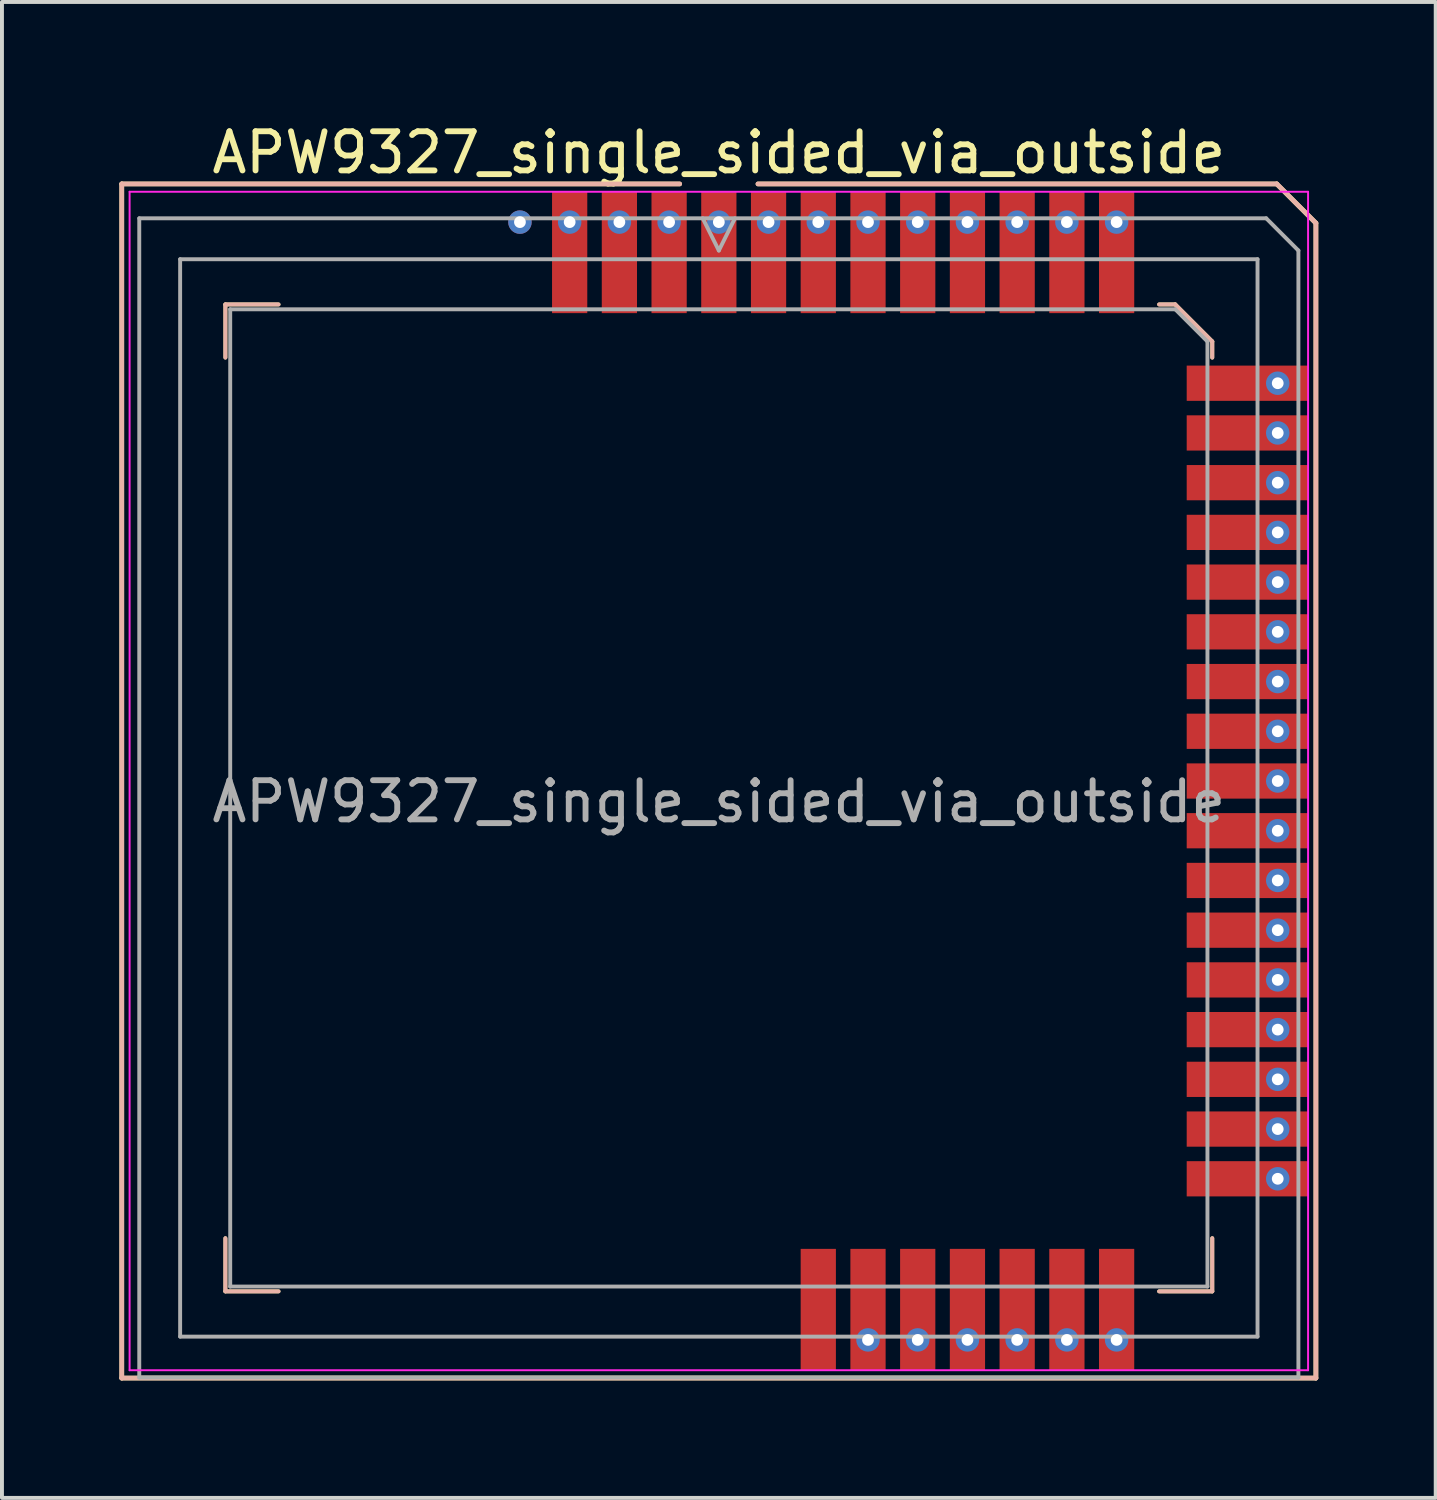
<source format=kicad_pcb>
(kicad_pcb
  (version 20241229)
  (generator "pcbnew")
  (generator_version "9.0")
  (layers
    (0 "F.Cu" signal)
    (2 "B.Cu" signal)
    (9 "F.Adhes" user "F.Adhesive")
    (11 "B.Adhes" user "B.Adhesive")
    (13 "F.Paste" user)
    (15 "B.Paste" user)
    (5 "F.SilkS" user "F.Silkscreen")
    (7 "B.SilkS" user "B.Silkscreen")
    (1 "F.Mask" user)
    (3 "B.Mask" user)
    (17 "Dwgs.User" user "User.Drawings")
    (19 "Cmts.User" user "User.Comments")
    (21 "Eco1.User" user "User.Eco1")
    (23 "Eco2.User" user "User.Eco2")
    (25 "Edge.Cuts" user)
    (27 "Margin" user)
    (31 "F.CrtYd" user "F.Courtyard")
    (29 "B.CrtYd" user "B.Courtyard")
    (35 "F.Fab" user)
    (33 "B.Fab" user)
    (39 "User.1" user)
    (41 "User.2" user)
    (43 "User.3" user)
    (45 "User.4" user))
  (footprint "APW9327_single_sided_via_outside"
    (layer "F.Cu")
    (at 15.31 16.898)
    (property "Reference" "APW9327_single_sided_via_outside" (at 0 -16.05 180) (layer "F.SilkS") (effects (font (size 1 1) (thickness 0.15))))
    (attr smd)
    (fp_line (start -15.25 -15.25) (end -1 -15.25) (stroke (width 0.12) (type solid)) (layer "F.SilkS"))
    (fp_line (start -15.25 15.25) (end -15.25 -15.25) (stroke (width 0.12) (type solid)) (layer "F.SilkS"))
    (fp_line (start -12.603 -12.172) (end -12.603 -10.815) (stroke (width 0.1) (type solid)) (layer "F.SilkS"))
    (fp_line (start -12.603 13.035) (end -12.603 11.678) (stroke (width 0.1) (type solid)) (layer "F.SilkS"))
    (fp_line (start -11.246 -12.172) (end -12.603 -12.172) (stroke (width 0.1) (type solid)) (layer "F.SilkS"))
    (fp_line (start -11.246 13.035) (end -12.603 13.035) (stroke (width 0.1) (type solid)) (layer "F.SilkS"))
    (fp_line (start 1 -15.25) (end 14.25 -15.25) (stroke (width 0.12) (type solid)) (layer "F.SilkS"))
    (fp_line (start 11.246 -12.172) (end 11.658 -12.172) (stroke (width 0.1) (type solid)) (layer "F.SilkS"))
    (fp_line (start 11.246 13.035) (end 12.603 13.035) (stroke (width 0.1) (type solid)) (layer "F.SilkS"))
    (fp_line (start 11.658 -12.172) (end 12.603 -11.226) (stroke (width 0.1) (type solid)) (layer "F.SilkS"))
    (fp_line (start 12.603 -11.226) (end 12.603 -10.815) (stroke (width 0.1) (type solid)) (layer "F.SilkS"))
    (fp_line (start 12.603 13.035) (end 12.603 11.678) (stroke (width 0.1) (type solid)) (layer "F.SilkS"))
    (fp_line (start 14.25 -15.25) (end 15.25 -14.25) (stroke (width 0.12) (type solid)) (layer "F.SilkS"))
    (fp_line (start 15.25 -14.25) (end 15.25 15.25) (stroke (width 0.12) (type solid)) (layer "F.SilkS"))
    (fp_line (start 15.25 15.25) (end -15.25 15.25) (stroke (width 0.12) (type solid)) (layer "F.SilkS"))
    (fp_line (start -15.25 -15.25) (end -1 -15.25) (stroke (width 0.12) (type solid)) (layer "B.SilkS"))
    (fp_line (start -15.25 15.25) (end -15.25 -15.25) (stroke (width 0.12) (type solid)) (layer "B.SilkS"))
    (fp_line (start -12.603 -12.172) (end -12.603 -10.815) (stroke (width 0.1) (type solid)) (layer "B.SilkS"))
    (fp_line (start -12.603 13.035) (end -12.603 11.678) (stroke (width 0.1) (type solid)) (layer "B.SilkS"))
    (fp_line (start -11.246 -12.172) (end -12.603 -12.172) (stroke (width 0.1) (type solid)) (layer "B.SilkS"))
    (fp_line (start -11.246 13.035) (end -12.603 13.035) (stroke (width 0.1) (type solid)) (layer "B.SilkS"))
    (fp_line (start 1 -15.25) (end 14.25 -15.25) (stroke (width 0.12) (type solid)) (layer "B.SilkS"))
    (fp_line (start 11.246 -12.172) (end 11.658 -12.172) (stroke (width 0.1) (type solid)) (layer "B.SilkS"))
    (fp_line (start 11.246 13.035) (end 12.603 13.035) (stroke (width 0.1) (type solid)) (layer "B.SilkS"))
    (fp_line (start 11.658 -12.172) (end 12.603 -11.226) (stroke (width 0.1) (type solid)) (layer "B.SilkS"))
    (fp_line (start 12.603 -11.226) (end 12.603 -10.815) (stroke (width 0.1) (type solid)) (layer "B.SilkS"))
    (fp_line (start 12.603 13.035) (end 12.603 11.678) (stroke (width 0.1) (type solid)) (layer "B.SilkS"))
    (fp_line (start 14.25 -15.25) (end 15.25 -14.25) (stroke (width 0.12) (type solid)) (layer "B.SilkS"))
    (fp_line (start 15.25 -14.25) (end 15.25 15.25) (stroke (width 0.12) (type solid)) (layer "B.SilkS"))
    (fp_line (start 15.25 15.25) (end -15.25 15.25) (stroke (width 0.12) (type solid)) (layer "B.SilkS"))
    (fp_line (start -15.05 -15.05) (end 15.05 -15.05) (stroke (width 0.05) (type solid)) (layer "F.CrtYd"))
    (fp_line (start -15.05 15.05) (end -15.05 -15.05) (stroke (width 0.05) (type solid)) (layer "F.CrtYd"))
    (fp_line (start 15.05 -15.05) (end 15.05 15.05) (stroke (width 0.05) (type solid)) (layer "F.CrtYd"))
    (fp_line (start 15.05 15.05) (end -15.05 15.05) (stroke (width 0.05) (type solid)) (layer "F.CrtYd"))
    (fp_line (start -14.803 -14.372) (end 13.981 -14.372) (stroke (width 0.1) (type solid)) (layer "F.Fab"))
    (fp_line (start -14.803 15.235) (end -14.803 -14.372) (stroke (width 0.1) (type solid)) (layer "F.Fab"))
    (fp_line (start -13.759 -13.327) (end 13.759 -13.327) (stroke (width 0.1) (type solid)) (layer "F.Fab"))
    (fp_line (start -13.759 14.191) (end -13.759 -13.327) (stroke (width 0.1) (type solid)) (layer "F.Fab"))
    (fp_line (start -12.48 -12.048) (end 11.658 -12.048) (stroke (width 0.1) (type solid)) (layer "F.Fab"))
    (fp_line (start -12.48 12.912) (end -12.48 -12.048) (stroke (width 0.1) (type solid)) (layer "F.Fab"))
    (fp_line (start 0 -13.549) (end -0.411 -14.372) (stroke (width 0.1) (type solid)) (layer "F.Fab"))
    (fp_line (start 0.411 -14.372) (end 0 -13.549) (stroke (width 0.1) (type solid)) (layer "F.Fab"))
    (fp_line (start 11.658 -12.048) (end 12.48 -11.226) (stroke (width 0.1) (type solid)) (layer "F.Fab"))
    (fp_line (start 12.48 -11.226) (end 12.48 12.912) (stroke (width 0.1) (type solid)) (layer "F.Fab"))
    (fp_line (start 12.48 12.912) (end -12.48 12.912) (stroke (width 0.1) (type solid)) (layer "F.Fab"))
    (fp_line (start 13.759 -13.327) (end 13.759 14.191) (stroke (width 0.1) (type solid)) (layer "F.Fab"))
    (fp_line (start 13.759 14.191) (end -13.759 14.191) (stroke (width 0.1) (type solid)) (layer "F.Fab"))
    (fp_line (start 13.981 -14.372) (end 14.803 -13.549) (stroke (width 0.1) (type solid)) (layer "F.Fab"))
    (fp_line (start 14.803 -13.549) (end 14.803 15.235) (stroke (width 0.1) (type solid)) (layer "F.Fab"))
    (fp_line (start 14.803 15.235) (end -14.803 15.235) (stroke (width 0.1) (type solid)) (layer "F.Fab"))
    (fp_text user "${REFERENCE}" (at 0 0.525 180) (layer "F.Fab") (effects (font (size 1 1) (thickness 0.15))))
    (pad "" thru_hole circle (at -5.08 -14.275) (size 0.6 0.6) (drill 0.3) (layers "*.Cu" "*.Mask"))
    (pad "" thru_hole circle (at -3.81 -14.275) (size 0.6 0.6) (drill 0.3) (layers "*.Cu" "*.Mask"))
    (pad "" thru_hole circle (at -2.54 -14.275) (size 0.6 0.6) (drill 0.3) (layers "*.Cu" "*.Mask"))
    (pad "" thru_hole circle (at -1.27 -14.275) (size 0.6 0.6) (drill 0.3) (layers "*.Cu" "*.Mask"))
    (pad "" thru_hole circle (at 0 -14.275) (size 0.6 0.6) (drill 0.3) (layers "*.Cu" "*.Mask"))
    (pad "" thru_hole circle (at 1.27 -14.275) (size 0.6 0.6) (drill 0.3) (layers "*.Cu" "*.Mask"))
    (pad "" thru_hole circle (at 2.54 -14.275) (size 0.6 0.6) (drill 0.3) (layers "*.Cu" "*.Mask"))
    (pad "" thru_hole circle (at 3.81 -14.275) (size 0.6 0.6) (drill 0.3) (layers "*.Cu" "*.Mask"))
    (pad "" thru_hole circle (at 3.81 14.275) (size 0.6 0.6) (drill 0.3) (layers "*.Cu" "*.Mask"))
    (pad "" thru_hole circle (at 5.08 -14.275) (size 0.6 0.6) (drill 0.3) (layers "*.Cu" "*.Mask"))
    (pad "" thru_hole circle (at 5.08 14.275) (size 0.6 0.6) (drill 0.3) (layers "*.Cu" "*.Mask"))
    (pad "" thru_hole circle (at 6.35 -14.275) (size 0.6 0.6) (drill 0.3) (layers "*.Cu" "*.Mask"))
    (pad "" thru_hole circle (at 6.35 14.275) (size 0.6 0.6) (drill 0.3) (layers "*.Cu" "*.Mask"))
    (pad "" thru_hole circle (at 7.62 -14.275) (size 0.6 0.6) (drill 0.3) (layers "*.Cu" "*.Mask"))
    (pad "" thru_hole circle (at 7.62 14.275) (size 0.6 0.6) (drill 0.3) (layers "*.Cu" "*.Mask"))
    (pad "" thru_hole circle (at 8.89 -14.275) (size 0.6 0.6) (drill 0.3) (layers "*.Cu" "*.Mask"))
    (pad "" thru_hole circle (at 8.89 14.275) (size 0.6 0.6) (drill 0.3) (layers "*.Cu" "*.Mask"))
    (pad "" thru_hole circle (at 10.16 -14.275) (size 0.6 0.6) (drill 0.3) (layers "*.Cu" "*.Mask"))
    (pad "" thru_hole circle (at 10.16 14.275) (size 0.6 0.6) (drill 0.3) (layers "*.Cu" "*.Mask"))
    (pad "" thru_hole circle (at 14.275 -10.16) (size 0.6 0.6) (drill 0.3) (layers "*.Cu" "*.Mask"))
    (pad "" thru_hole circle (at 14.275 -8.89) (size 0.6 0.6) (drill 0.3) (layers "*.Cu" "*.Mask"))
    (pad "" thru_hole circle (at 14.275 -7.62) (size 0.6 0.6) (drill 0.3) (layers "*.Cu" "*.Mask"))
    (pad "" thru_hole circle (at 14.275 -6.35) (size 0.6 0.6) (drill 0.3) (layers "*.Cu" "*.Mask"))
    (pad "" thru_hole circle (at 14.275 -5.08) (size 0.6 0.6) (drill 0.3) (layers "*.Cu" "*.Mask"))
    (pad "" thru_hole circle (at 14.275 -3.81) (size 0.6 0.6) (drill 0.3) (layers "*.Cu" "*.Mask"))
    (pad "" thru_hole circle (at 14.275 -2.54) (size 0.6 0.6) (drill 0.3) (layers "*.Cu" "*.Mask"))
    (pad "" thru_hole circle (at 14.275 -1.27) (size 0.6 0.6) (drill 0.3) (layers "*.Cu" "*.Mask"))
    (pad "" thru_hole circle (at 14.275 0) (size 0.6 0.6) (drill 0.3) (layers "*.Cu" "*.Mask"))
    (pad "" thru_hole circle (at 14.275 1.27) (size 0.6 0.6) (drill 0.3) (layers "*.Cu" "*.Mask"))
    (pad "" thru_hole circle (at 14.275 2.54) (size 0.6 0.6) (drill 0.3) (layers "*.Cu" "*.Mask"))
    (pad "" thru_hole circle (at 14.275 3.81) (size 0.6 0.6) (drill 0.3) (layers "*.Cu" "*.Mask"))
    (pad "" thru_hole circle (at 14.275 5.08) (size 0.6 0.6) (drill 0.3) (layers "*.Cu" "*.Mask"))
    (pad "" thru_hole circle (at 14.275 6.35) (size 0.6 0.6) (drill 0.3) (layers "*.Cu" "*.Mask"))
    (pad "" thru_hole circle (at 14.275 7.62) (size 0.6 0.6) (drill 0.3) (layers "*.Cu" "*.Mask"))
    (pad "" thru_hole circle (at 14.275 8.89) (size 0.6 0.6) (drill 0.3) (layers "*.Cu" "*.Mask"))
    (pad "" thru_hole circle (at 14.275 10.16) (size 0.6 0.6) (drill 0.3) (layers "*.Cu" "*.Mask"))
    (pad "1" smd rect (at 0 -13.5) (size 0.9 3.1) (layers "F.Cu" "F.Mask" "F.Paste"))
    (pad "2" smd rect (at 1.27 -13.5) (size 0.9 3.1) (layers "F.Cu" "F.Mask" "F.Paste"))
    (pad "3" smd rect (at 2.54 -13.5) (size 0.9 3.1) (layers "F.Cu" "F.Mask" "F.Paste"))
    (pad "4" smd rect (at 3.81 -13.5) (size 0.9 3.1) (layers "F.Cu" "F.Mask" "F.Paste"))
    (pad "5" smd rect (at 5.08 -13.5) (size 0.9 3.1) (layers "F.Cu" "F.Mask" "F.Paste"))
    (pad "6" smd rect (at 6.35 -13.5) (size 0.9 3.1) (layers "F.Cu" "F.Mask" "F.Paste"))
    (pad "7" smd rect (at 7.62 -13.5) (size 0.9 3.1) (layers "F.Cu" "F.Mask" "F.Paste"))
    (pad "8" smd rect (at 8.89 -13.5) (size 0.9 3.1) (layers "F.Cu" "F.Mask" "F.Paste"))
    (pad "9" smd rect (at 10.16 -13.5) (size 0.9 3.1) (layers "F.Cu" "F.Mask" "F.Paste"))
    (pad "10" smd rect (at 13.5 -10.16) (size 3.1 0.9) (layers "F.Cu" "F.Mask" "F.Paste"))
    (pad "11" smd rect (at 13.5 -8.89) (size 3.1 0.9) (layers "F.Cu" "F.Mask" "F.Paste"))
    (pad "12" smd rect (at 13.5 -7.62) (size 3.1 0.9) (layers "F.Cu" "F.Mask" "F.Paste"))
    (pad "13" smd rect (at 13.5 -6.35) (size 3.1 0.9) (layers "F.Cu" "F.Mask" "F.Paste"))
    (pad "14" smd rect (at 13.5 -5.08) (size 3.1 0.9) (layers "F.Cu" "F.Mask" "F.Paste"))
    (pad "15" smd rect (at 13.5 -3.81) (size 3.1 0.9) (layers "F.Cu" "F.Mask" "F.Paste"))
    (pad "16" smd rect (at 13.5 -2.54) (size 3.1 0.9) (layers "F.Cu" "F.Mask" "F.Paste"))
    (pad "17" smd rect (at 13.5 -1.27) (size 3.1 0.9) (layers "F.Cu" "F.Mask" "F.Paste"))
    (pad "18" smd rect (at 13.5 0) (size 3.1 0.9) (layers "F.Cu" "F.Mask" "F.Paste"))
    (pad "19" smd rect (at 13.5 1.27) (size 3.1 0.9) (layers "F.Cu" "F.Mask" "F.Paste"))
    (pad "20" smd rect (at 13.5 2.54) (size 3.1 0.9) (layers "F.Cu" "F.Mask" "F.Paste"))
    (pad "21" smd rect (at 13.5 3.81) (size 3.1 0.9) (layers "F.Cu" "F.Mask" "F.Paste"))
    (pad "22" smd rect (at 13.5 5.08) (size 3.1 0.9) (layers "F.Cu" "F.Mask" "F.Paste"))
    (pad "23" smd rect (at 13.5 6.35) (size 3.1 0.9) (layers "F.Cu" "F.Mask" "F.Paste"))
    (pad "24" smd rect (at 13.5 7.62) (size 3.1 0.9) (layers "F.Cu" "F.Mask" "F.Paste"))
    (pad "25" smd rect (at 13.5 8.89) (size 3.1 0.9) (layers "F.Cu" "F.Mask" "F.Paste"))
    (pad "26" smd rect (at 13.5 10.16) (size 3.1 0.9) (layers "F.Cu" "F.Mask" "F.Paste"))
    (pad "27" smd rect (at 10.16 13.5) (size 0.9 3.1) (layers "F.Cu" "F.Mask" "F.Paste"))
    (pad "28" smd rect (at 8.89 13.5) (size 0.9 3.1) (layers "F.Cu" "F.Mask" "F.Paste"))
    (pad "29" smd rect (at 7.62 13.5) (size 0.9 3.1) (layers "F.Cu" "F.Mask" "F.Paste"))
    (pad "30" smd rect (at 6.35 13.5) (size 0.9 3.1) (layers "F.Cu" "F.Mask" "F.Paste"))
    (pad "31" smd rect (at 5.08 13.5) (size 0.9 3.1) (layers "F.Cu" "F.Mask" "F.Paste"))
    (pad "32" smd rect (at 3.81 13.5) (size 0.9 3.1) (layers "F.Cu" "F.Mask" "F.Paste"))
    (pad "33" smd rect (at 2.54 13.5) (size 0.9 3.1) (layers "F.Cu" "F.Mask" "F.Paste"))
    (pad "66" smd rect (at -3.81 -13.5) (size 0.9 3.1) (layers "F.Cu" "F.Mask" "F.Paste"))
    (pad "67" smd rect (at -2.54 -13.5) (size 0.9 3.1) (layers "F.Cu" "F.Mask" "F.Paste"))
    (pad "68" smd rect (at -1.27 -13.5) (size 0.9 3.1) (layers "F.Cu" "F.Mask" "F.Paste")))
  (gr_rect
    (start -3 -3)
    (end 33.62 35.208)
    (stroke (width 0.1) (type default))
    (fill no)
    (layer "Edge.Cuts")))
</source>
